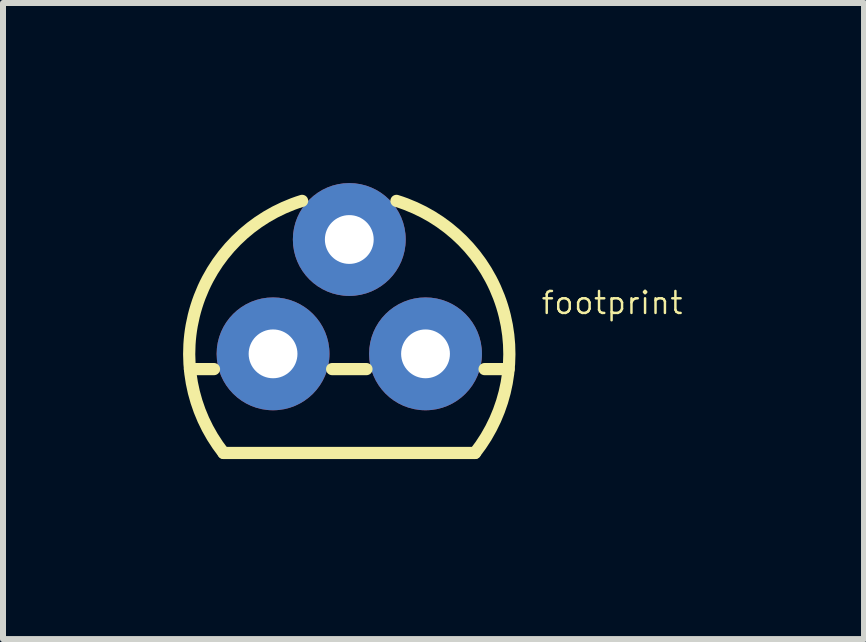
<source format=kicad_pcb>
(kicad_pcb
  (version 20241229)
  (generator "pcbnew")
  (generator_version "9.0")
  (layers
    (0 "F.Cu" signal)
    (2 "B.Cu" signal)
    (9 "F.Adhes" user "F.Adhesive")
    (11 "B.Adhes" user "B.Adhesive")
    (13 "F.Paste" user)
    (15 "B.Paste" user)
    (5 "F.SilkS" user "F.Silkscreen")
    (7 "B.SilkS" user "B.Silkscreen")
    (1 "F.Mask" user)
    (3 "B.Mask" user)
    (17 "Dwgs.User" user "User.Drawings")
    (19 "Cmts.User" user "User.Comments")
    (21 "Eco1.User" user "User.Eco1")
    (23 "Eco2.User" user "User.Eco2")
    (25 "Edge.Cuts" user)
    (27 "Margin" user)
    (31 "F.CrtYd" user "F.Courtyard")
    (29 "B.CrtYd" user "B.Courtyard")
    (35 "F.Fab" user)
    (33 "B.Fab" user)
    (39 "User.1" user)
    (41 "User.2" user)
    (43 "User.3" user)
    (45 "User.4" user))
  (footprint "footprint"
    (layer "F.Cu")
    (at 2.769 2.845)
    (property "Reference" "footprint" (at 3.175 -0.635 0) (layer "F.SilkS") (effects (font (size 0.366 0.366) (thickness 0.041)) (justify left bottom)))
    (fp_line (start -2.655 0.254) (end -2.254 0.254) (stroke (width 0.203) (type solid)) (layer "F.SilkS"))
    (fp_line (start -2.095 1.651) (end 2.095 1.651) (stroke (width 0.203) (type solid)) (layer "F.SilkS"))
    (fp_line (start -0.286 0.254) (end 0.286 0.254) (stroke (width 0.203) (type solid)) (layer "F.SilkS"))
    (fp_line (start 2.254 0.254) (end 2.655 0.254) (stroke (width 0.203) (type solid)) (layer "F.SilkS"))
    (fp_arc (start -2.0946 1.651) (mid -2.54634 -0.793276) (end -0.786301 -2.548501) (stroke (width 0.2032) (type solid)) (layer "F.SilkS"))
    (fp_arc (start 0.7863 -2.5484) (mid 2.54627 -0.793202) (end 2.0945 1.650999) (stroke (width 0.2032) (type solid)) (layer "F.SilkS"))
    (pad "1" thru_hole circle (at -1.27 0) (size 1.88 1.88) (drill 0.813) (layers "*.Cu" "*.Mask"))
    (pad "2" thru_hole circle (at 0 -1.905) (size 1.88 1.88) (drill 0.813) (layers "*.Cu" "*.Mask"))
    (pad "3" thru_hole circle (at 1.27 0) (size 1.88 1.88) (drill 0.813) (layers "*.Cu" "*.Mask")))
  (gr_rect
    (start -3 -3)
    (end 11.344 7.597)
    (stroke (width 0.1) (type default))
    (fill no)
    (layer "Edge.Cuts")))
</source>
